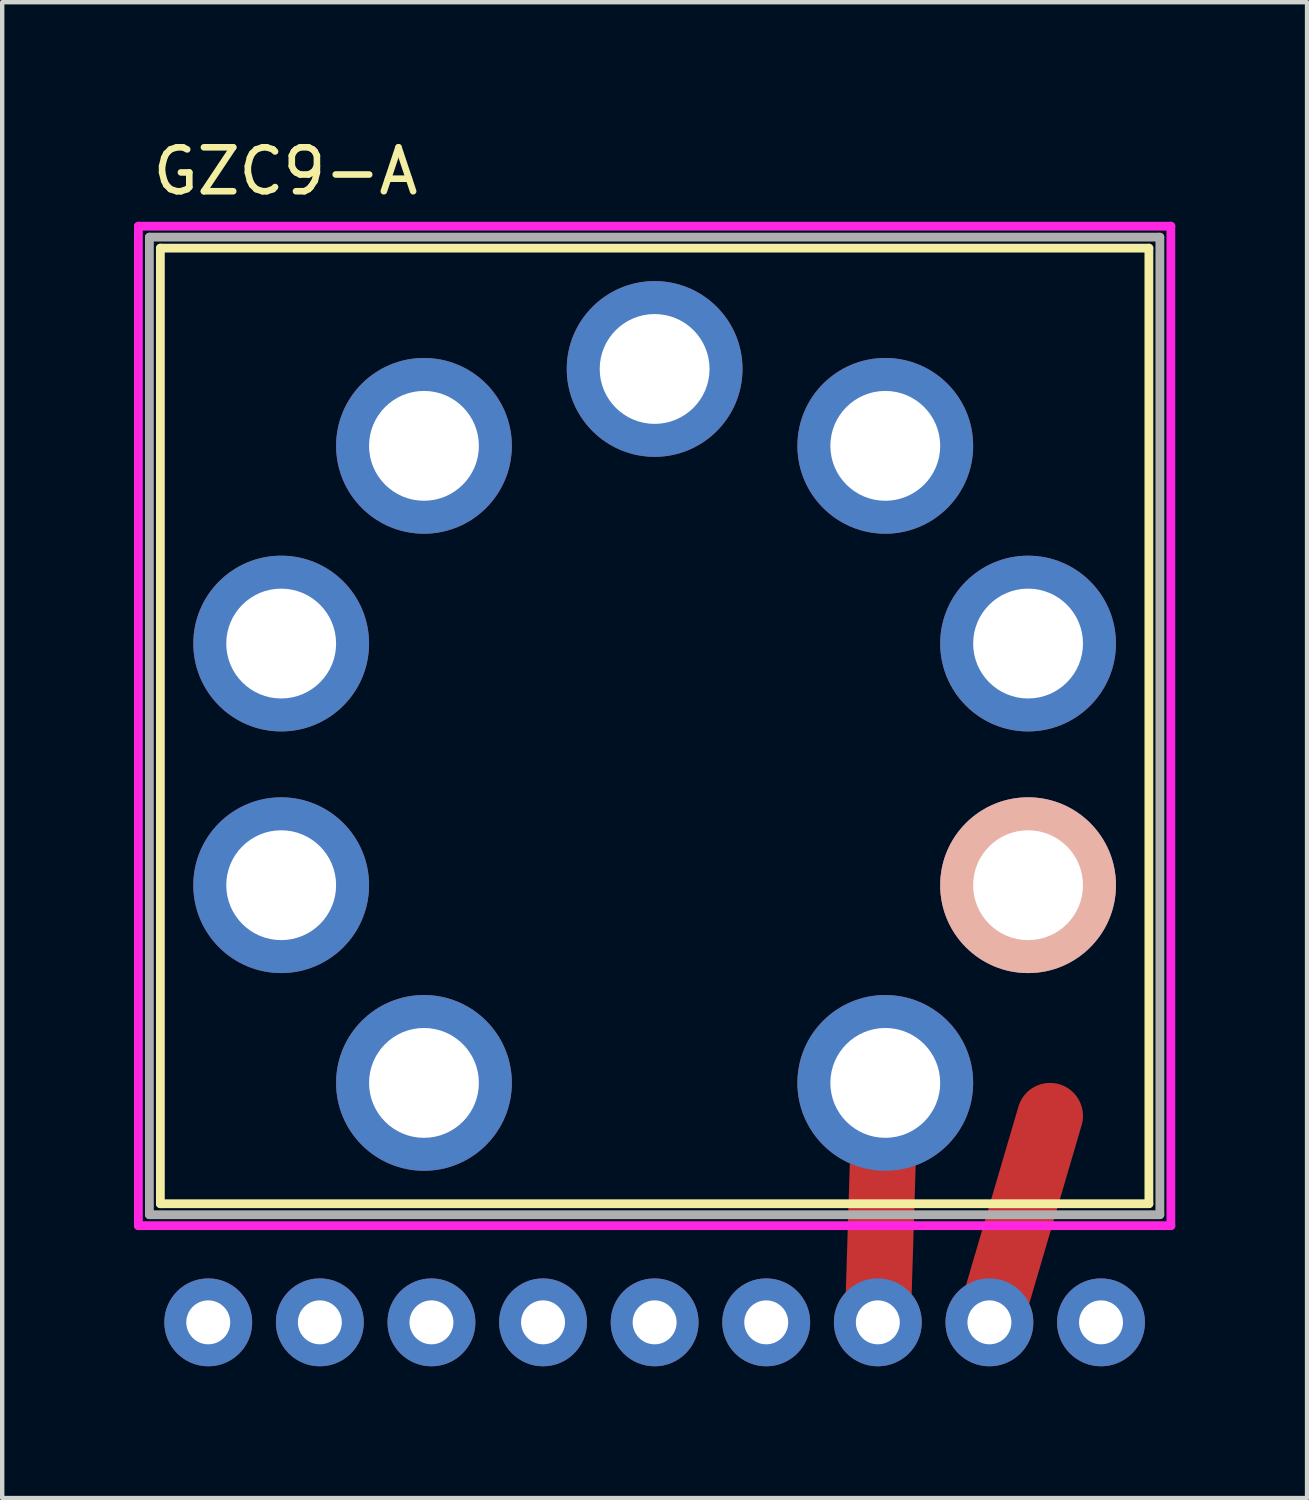
<source format=kicad_pcb>
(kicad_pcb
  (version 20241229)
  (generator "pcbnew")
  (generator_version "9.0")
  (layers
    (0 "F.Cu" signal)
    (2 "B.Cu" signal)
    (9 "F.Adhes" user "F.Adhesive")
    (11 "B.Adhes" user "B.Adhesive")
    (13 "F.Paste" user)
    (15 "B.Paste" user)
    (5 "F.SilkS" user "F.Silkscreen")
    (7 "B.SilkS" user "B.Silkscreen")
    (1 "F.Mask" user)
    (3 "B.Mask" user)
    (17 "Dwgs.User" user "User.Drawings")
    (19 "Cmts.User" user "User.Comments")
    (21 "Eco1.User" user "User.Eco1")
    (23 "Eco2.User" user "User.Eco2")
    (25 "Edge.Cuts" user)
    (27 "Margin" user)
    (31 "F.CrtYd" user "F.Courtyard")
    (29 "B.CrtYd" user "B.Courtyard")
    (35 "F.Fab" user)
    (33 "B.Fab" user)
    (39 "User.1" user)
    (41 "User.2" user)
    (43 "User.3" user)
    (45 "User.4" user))
  (footprint "GZC9-A"
    (layer "F.Cu")
    (at 11.85 14.348)
    (property "Reference" "GZC9-A" (at -11.5 -13.5 0) (layer "F.SilkS") (effects (font (size 1 1) (thickness 0.15)) (justify left)))
    (attr through_hole)
    (fp_line (start 5.25 7.25) (end 5.08 12.7) (stroke (width 1.5) (type solid)) (layer "F.Cu"))
    (fp_line (start 9 8) (end 7.62 12.7) (stroke (width 1.5) (type solid)) (layer "F.Cu"))
    (fp_line (start -11.25 -11.75) (end -11.25 10) (stroke (width 0.2) (type solid)) (layer "F.SilkS"))
    (fp_line (start -11.25 10) (end 11.25 10) (stroke (width 0.2) (type solid)) (layer "F.SilkS"))
    (fp_line (start 11.25 -11.75) (end -11.25 -11.75) (stroke (width 0.2) (type solid)) (layer "F.SilkS"))
    (fp_line (start 11.25 10) (end 11.25 -11.75) (stroke (width 0.2) (type solid)) (layer "F.SilkS"))
    (fp_line (start -11.75 -12.25) (end -11.75 10.5) (stroke (width 0.2) (type solid)) (layer "F.CrtYd"))
    (fp_line (start -11.75 10.5) (end 11.75 10.5) (stroke (width 0.2) (type solid)) (layer "F.CrtYd"))
    (fp_line (start 11.75 -12.25) (end -11.75 -12.25) (stroke (width 0.2) (type solid)) (layer "F.CrtYd"))
    (fp_line (start 11.75 10.5) (end 11.75 -12.25) (stroke (width 0.2) (type solid)) (layer "F.CrtYd"))
    (fp_line (start -11.5 -12) (end -11.5 10.25) (stroke (width 0.2) (type solid)) (layer "F.Fab"))
    (fp_line (start -11.5 10.25) (end 11.5 10.25) (stroke (width 0.2) (type solid)) (layer "F.Fab"))
    (fp_line (start 11.5 -12) (end -11.5 -12) (stroke (width 0.2) (type solid)) (layer "F.Fab"))
    (fp_line (start 11.5 10.25) (end 11.5 -12) (stroke (width 0.2) (type solid)) (layer "F.Fab"))
    (pad "1" thru_hole circle (at -10.16 12.7) (size 2 2) (drill 1) (layers "*.Cu" "*.Mask"))
    (pad "1" thru_hole circle (at -7.62 12.7) (size 2 2) (drill 1) (layers "*.Cu" "*.Mask"))
    (pad "1" thru_hole circle (at -5.08 12.7) (size 2 2) (drill 1) (layers "*.Cu" "*.Mask"))
    (pad "1" thru_hole circle (at -2.54 12.7) (size 2 2) (drill 1) (layers "*.Cu" "*.Mask"))
    (pad "1" thru_hole circle (at 0 12.7) (size 2 2) (drill 1) (layers "*.Cu" "*.Mask"))
    (pad "1" thru_hole circle (at 2.54 12.7) (size 2 2) (drill 1) (layers "*.Cu" "*.Mask"))
    (pad "1" thru_hole circle (at 5.08 12.7) (size 2 2) (drill 1) (layers "*.Cu" "*.Mask"))
    (pad "1" thru_hole circle (at 5.25 7.25) (size 4 4) (drill 2.5) (layers "*.Cu" "*.Mask"))
    (pad "1" thru_hole circle (at 7.62 12.7) (size 2 2) (drill 1) (layers "*.Cu" "*.Mask"))
    (pad "1" thru_hole circle (at 10.16 12.7) (size 2 2) (drill 1) (layers "*.Cu" "*.Mask"))
    (pad "2" thru_hole circle (at 8.5 2.75) (size 4 4) (drill 2.5) (layers "*.Cu" "*.Mask" "B.SilkS"))
    (pad "3" thru_hole circle (at 8.5 -2.75) (size 4 4) (drill 2.5) (layers "*.Cu" "*.Mask"))
    (pad "4" thru_hole circle (at 5.25 -7.25) (size 4 4) (drill 2.5) (layers "*.Cu" "*.Mask"))
    (pad "5" thru_hole circle (at 0 -9) (size 4 4) (drill 2.5) (layers "*.Cu" "*.Mask"))
    (pad "6" thru_hole circle (at -5.25 -7.25) (size 4 4) (drill 2.5) (layers "*.Cu" "*.Mask"))
    (pad "7" thru_hole circle (at -8.5 -2.75) (size 4 4) (drill 2.5) (layers "*.Cu" "*.Mask"))
    (pad "8" thru_hole circle (at -8.5 2.75) (size 4 4) (drill 2.5) (layers "*.Cu" "*.Mask"))
    (pad "9" thru_hole circle (at -5.25 7.25) (size 4 4) (drill 2.5) (layers "*.Cu" "*.Mask")))
  (gr_rect
    (start -3 -3)
    (end 26.7 31.048)
    (stroke (width 0.1) (type default))
    (fill no)
    (layer "Edge.Cuts")))
</source>
